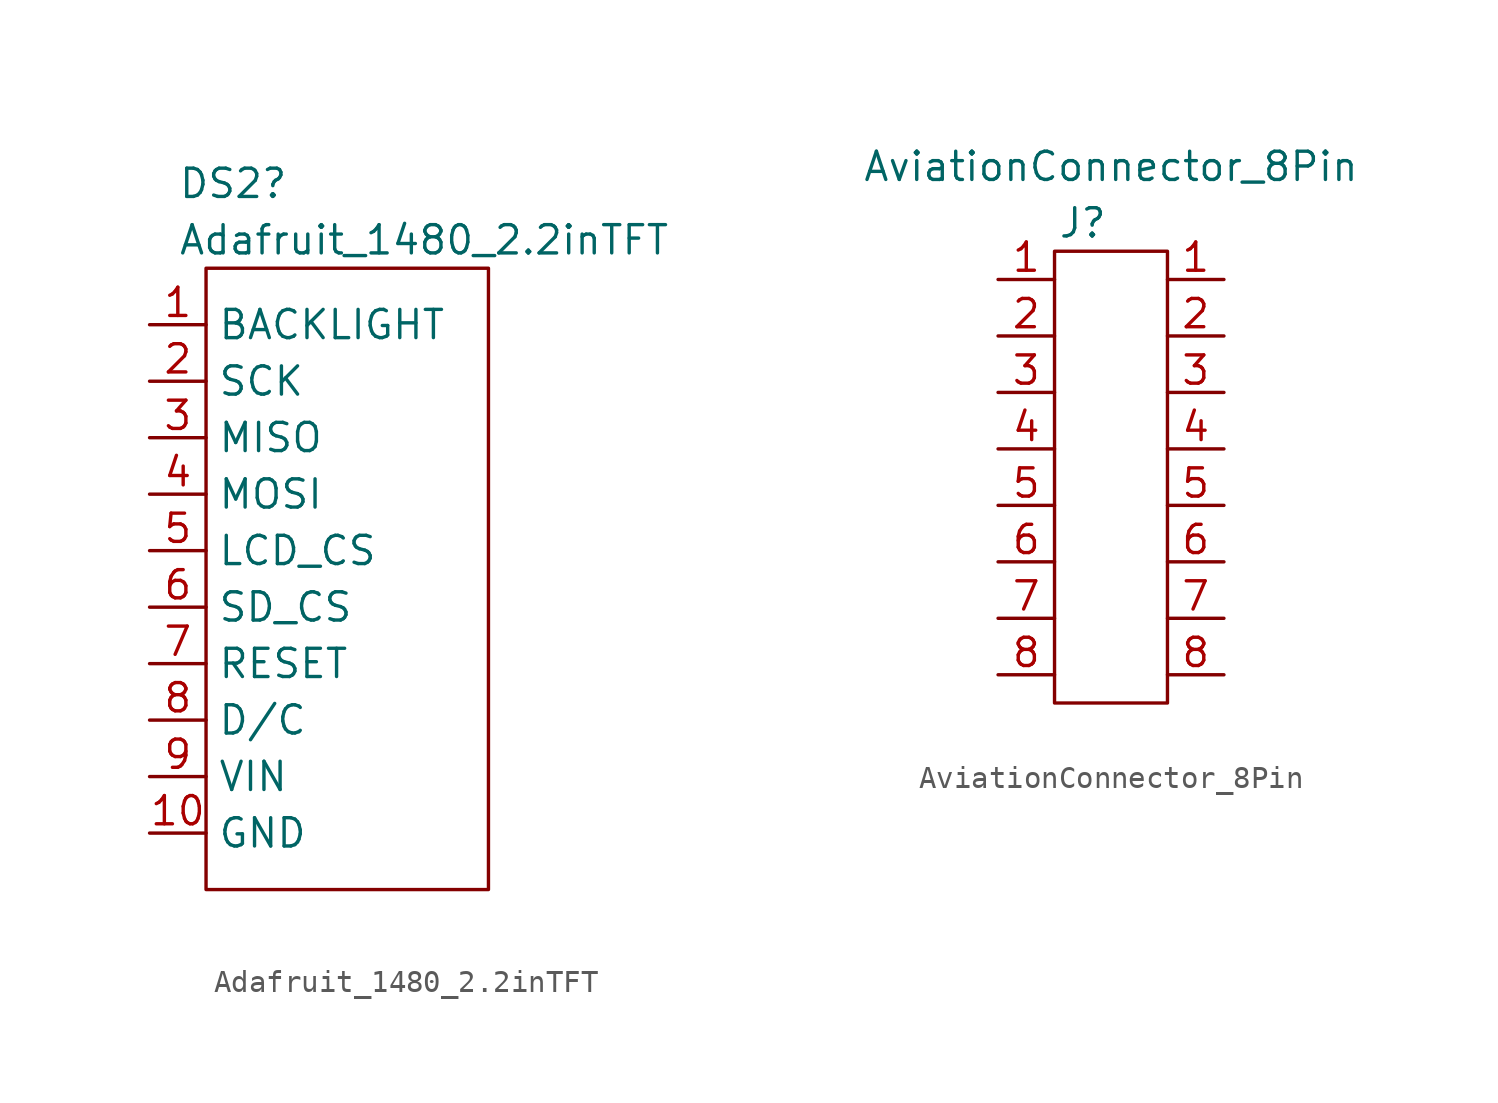
<source format=kicad_sym>
(kicad_symbol_lib
  (version 20211014)
  (generator kicad_symbol_editor)
  (symbol "Adafruit_1480_2.2inTFT"
    (property "Reference" "DS2"
      (at -29.21 17.78 0)
      (effects (font (size 1.27 1.27)) (justify left)))
    (property "Value" "Adafruit_1480_2.2inTFT"
      (at -29.21 15.24 0)
      (effects (font (size 1.27 1.27)) (justify left)))
    (symbol "Adafruit_1480_2.2inTFT_0_1"
      (rectangle (start -27.94 13.97) (end -15.24 -13.97) (stroke (width 0) (type default) (color 0 0 0 0)) (fill (type none))))
    (symbol "Adafruit_1480_2.2inTFT_1_1"
      (pin output line (at -30.48 11.43 0) (length 2.54) (name "BACKLIGHT" (effects (font (size 1.27 1.27)))) (number "1" (effects (font (size 1.27 1.27)))))
      (pin input line (at -30.48 -11.43 0) (length 2.54) (name "GND" (effects (font (size 1.27 1.27)))) (number "10" (effects (font (size 1.27 1.27)))))
      (pin output line (at -30.48 8.89 0) (length 2.54) (name "SCK" (effects (font (size 1.27 1.27)))) (number "2" (effects (font (size 1.27 1.27)))))
      (pin output line (at -30.48 6.35 0) (length 2.54) (name "MISO" (effects (font (size 1.27 1.27)))) (number "3" (effects (font (size 1.27 1.27)))))
      (pin input line (at -30.48 3.81 0) (length 2.54) (name "MOSI" (effects (font (size 1.27 1.27)))) (number "4" (effects (font (size 1.27 1.27)))))
      (pin input line (at -30.48 1.27 0) (length 2.54) (name "LCD_CS" (effects (font (size 1.27 1.27)))) (number "5" (effects (font (size 1.27 1.27)))))
      (pin input line (at -30.48 -1.27 0) (length 2.54) (name "SD_CS" (effects (font (size 1.27 1.27)))) (number "6" (effects (font (size 1.27 1.27)))))
      (pin input line (at -30.48 -3.81 0) (length 2.54) (name "RESET" (effects (font (size 1.27 1.27)))) (number "7" (effects (font (size 1.27 1.27)))))
      (pin input line (at -30.48 -6.35 0) (length 2.54) (name "D/C" (effects (font (size 1.27 1.27)))) (number "8" (effects (font (size 1.27 1.27)))))
      (pin input line (at -30.48 -8.89 0) (length 2.54) (name "VIN" (effects (font (size 1.27 1.27)))) (number "9" (effects (font (size 1.27 1.27)))))))
  (symbol "AviationConnector_8Pin"
    (property "Reference" "J"
      (at -1.27 11.43 0)
      (effects (font (size 1.27 1.27))))
    (property "Value" "AviationConnector_8Pin"
      (at 0 13.97 0)
      (effects (font (size 1.27 1.27))))
    (symbol "AviationConnector_8Pin_0_1"
      (rectangle (start -2.54 10.16) (end 2.54 -10.16) (stroke (width 0) (type default) (color 0 0 0 0)) (fill (type none))))
    (symbol "AviationConnector_8Pin_1_1"
      (pin passive line (at -5.08 8.89 0) (length 2.54) (name "~" (effects (font (size 1.27 1.27)))) (number "1" (effects (font (size 1.27 1.27)))))
      (pin passive line (at 5.08 8.89 180) (length 2.54) (name "~" (effects (font (size 1.27 1.27)))) (number "1" (effects (font (size 1.27 1.27)))))
      (pin passive line (at -5.08 6.35 0) (length 2.54) (name "~" (effects (font (size 1.27 1.27)))) (number "2" (effects (font (size 1.27 1.27)))))
      (pin passive line (at 5.08 6.35 180) (length 2.54) (name "~" (effects (font (size 1.27 1.27)))) (number "2" (effects (font (size 1.27 1.27)))))
      (pin passive line (at -5.08 3.81 0) (length 2.54) (name "~" (effects (font (size 1.27 1.27)))) (number "3" (effects (font (size 1.27 1.27)))))
      (pin passive line (at 5.08 3.81 180) (length 2.54) (name "~" (effects (font (size 1.27 1.27)))) (number "3" (effects (font (size 1.27 1.27)))))
      (pin passive line (at -5.08 1.27 0) (length 2.54) (name "~" (effects (font (size 1.27 1.27)))) (number "4" (effects (font (size 1.27 1.27)))))
      (pin passive line (at 5.08 1.27 180) (length 2.54) (name "~" (effects (font (size 1.27 1.27)))) (number "4" (effects (font (size 1.27 1.27)))))
      (pin passive line (at -5.08 -1.27 0) (length 2.54) (name "~" (effects (font (size 1.27 1.27)))) (number "5" (effects (font (size 1.27 1.27)))))
      (pin passive line (at 5.08 -1.27 180) (length 2.54) (name "~" (effects (font (size 1.27 1.27)))) (number "5" (effects (font (size 1.27 1.27)))))
      (pin passive line (at -5.08 -3.81 0) (length 2.54) (name "~" (effects (font (size 1.27 1.27)))) (number "6" (effects (font (size 1.27 1.27)))))
      (pin passive line (at 5.08 -3.81 180) (length 2.54) (name "~" (effects (font (size 1.27 1.27)))) (number "6" (effects (font (size 1.27 1.27)))))
      (pin passive line (at -5.08 -6.35 0) (length 2.54) (name "~" (effects (font (size 1.27 1.27)))) (number "7" (effects (font (size 1.27 1.27)))))
      (pin passive line (at 5.08 -6.35 180) (length 2.54) (name "~" (effects (font (size 1.27 1.27)))) (number "7" (effects (font (size 1.27 1.27)))))
      (pin passive line (at -5.08 -8.89 0) (length 2.54) (name "~" (effects (font (size 1.27 1.27)))) (number "8" (effects (font (size 1.27 1.27)))))
      (pin passive line (at 5.08 -8.89 180) (length 2.54) (name "~" (effects (font (size 1.27 1.27)))) (number "8" (effects (font (size 1.27 1.27))))))))
</source>
